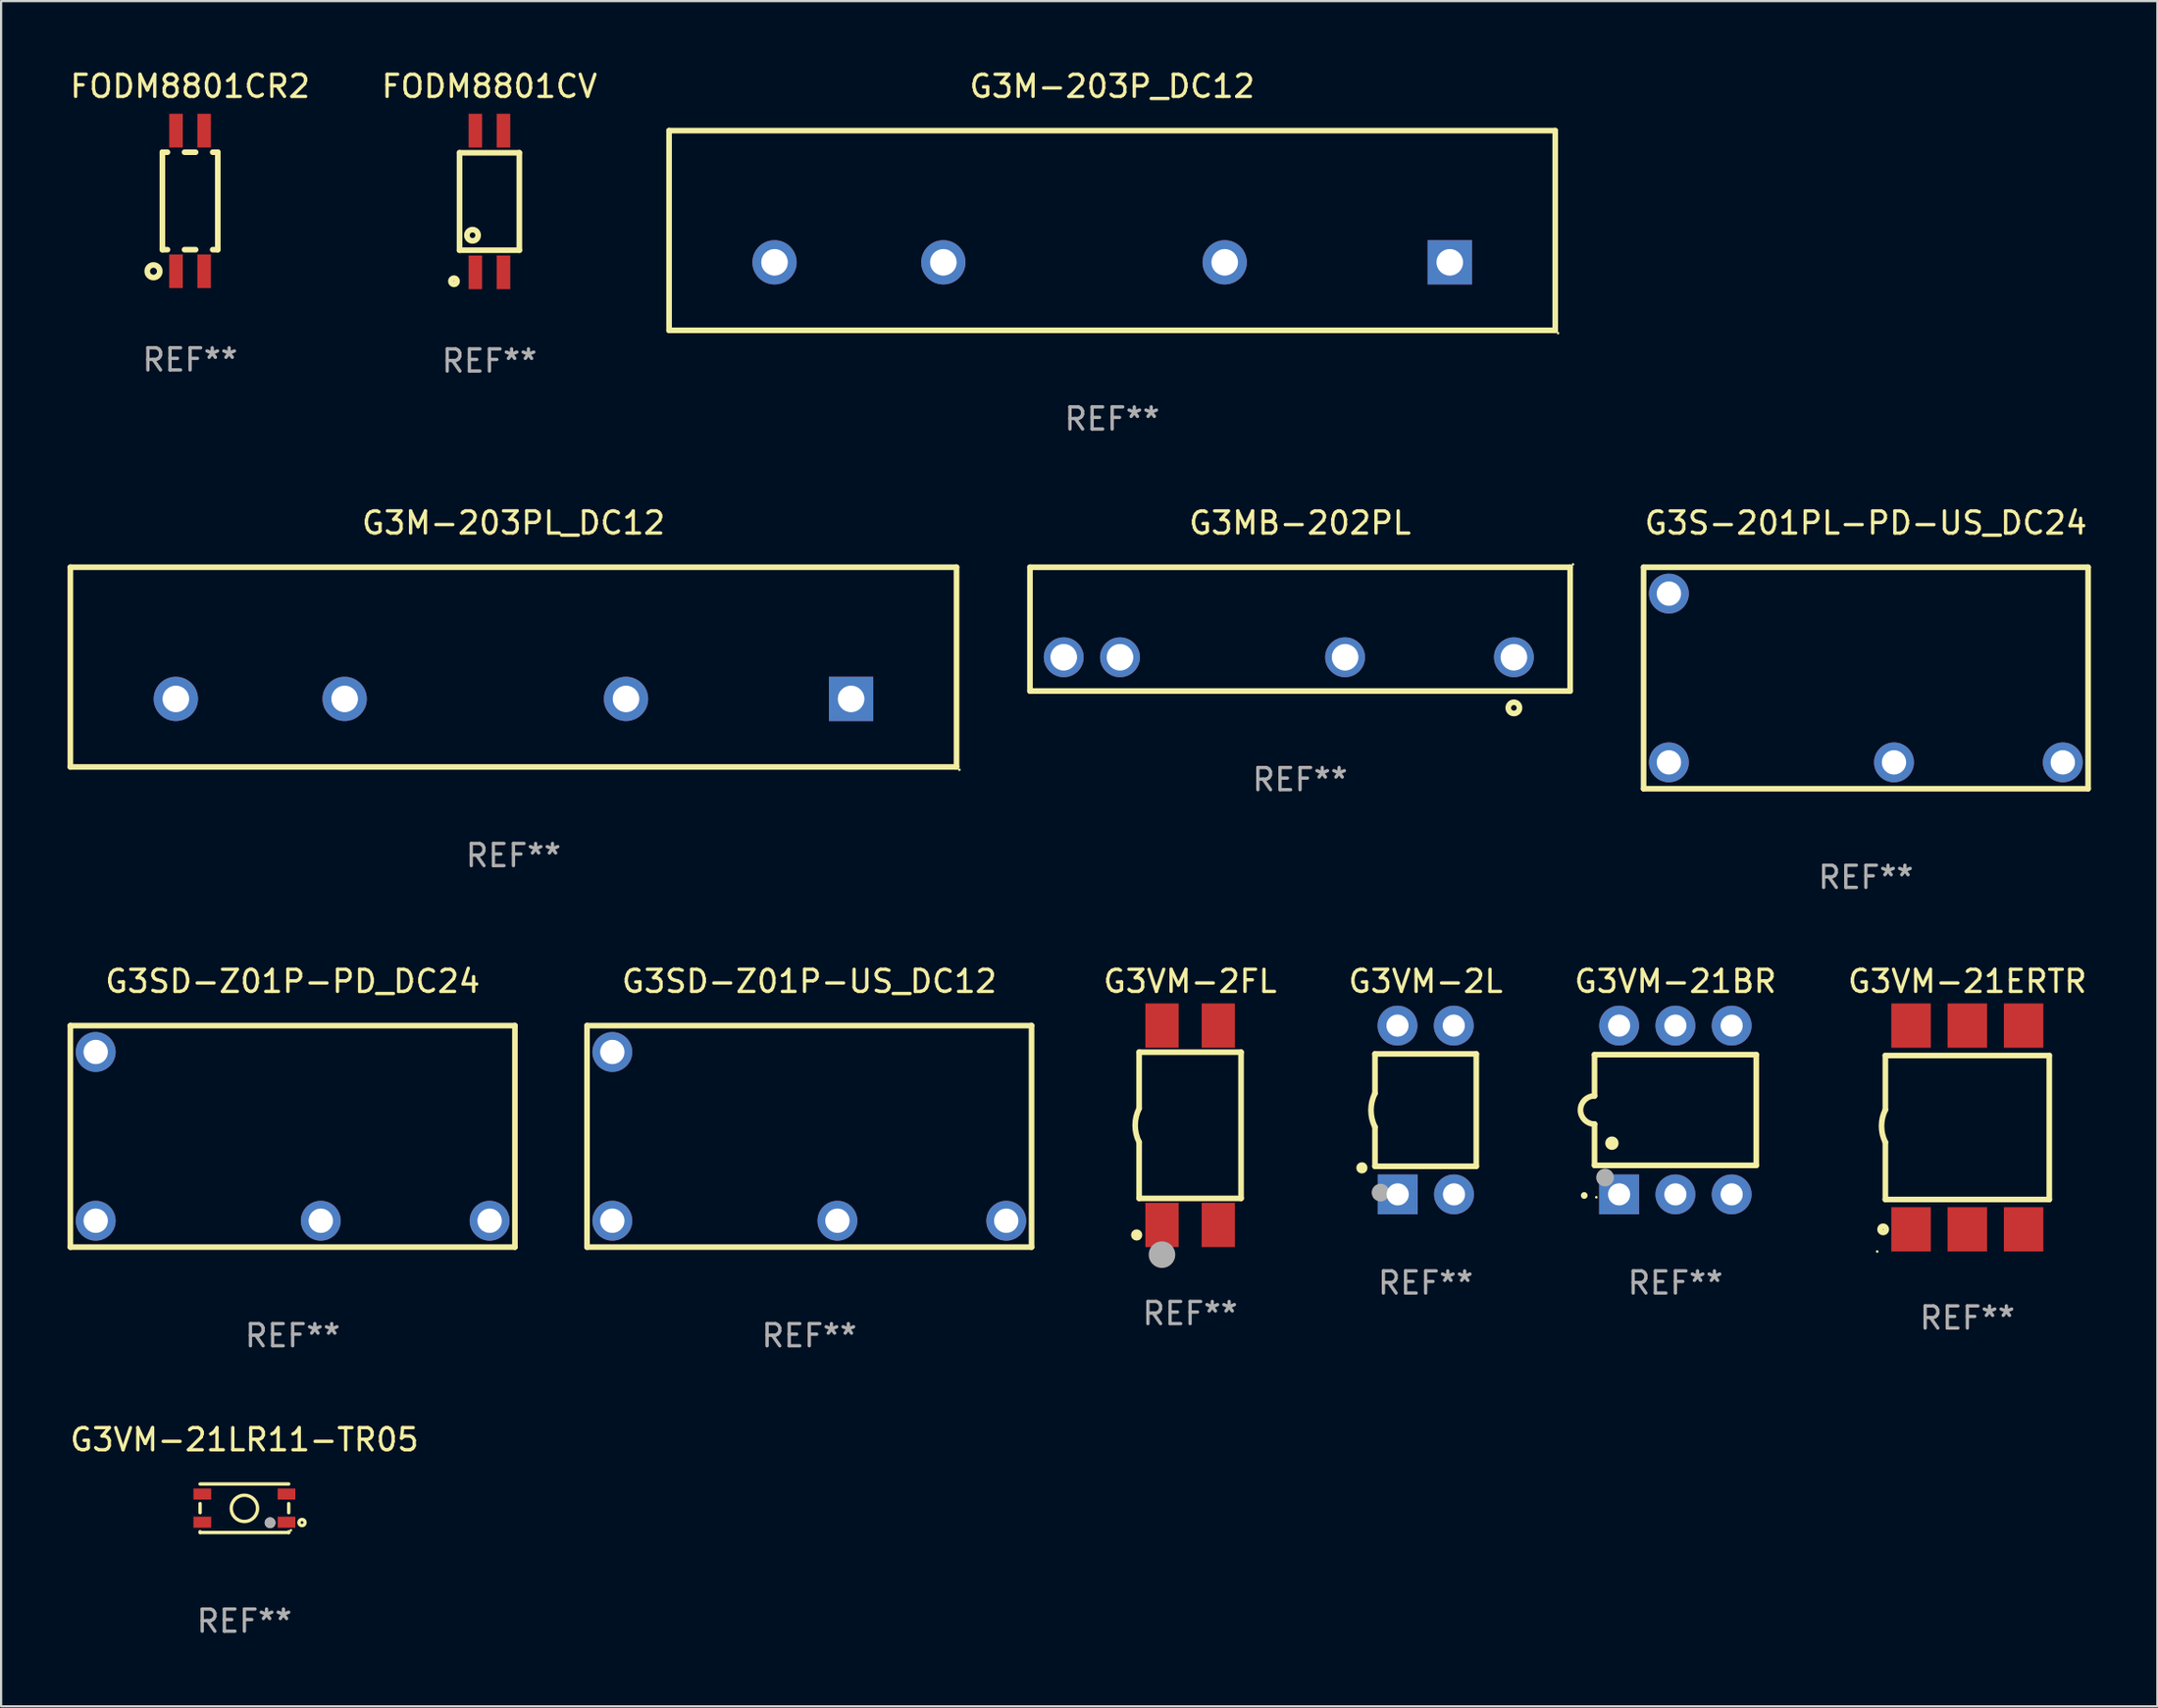
<source format=kicad_pcb>
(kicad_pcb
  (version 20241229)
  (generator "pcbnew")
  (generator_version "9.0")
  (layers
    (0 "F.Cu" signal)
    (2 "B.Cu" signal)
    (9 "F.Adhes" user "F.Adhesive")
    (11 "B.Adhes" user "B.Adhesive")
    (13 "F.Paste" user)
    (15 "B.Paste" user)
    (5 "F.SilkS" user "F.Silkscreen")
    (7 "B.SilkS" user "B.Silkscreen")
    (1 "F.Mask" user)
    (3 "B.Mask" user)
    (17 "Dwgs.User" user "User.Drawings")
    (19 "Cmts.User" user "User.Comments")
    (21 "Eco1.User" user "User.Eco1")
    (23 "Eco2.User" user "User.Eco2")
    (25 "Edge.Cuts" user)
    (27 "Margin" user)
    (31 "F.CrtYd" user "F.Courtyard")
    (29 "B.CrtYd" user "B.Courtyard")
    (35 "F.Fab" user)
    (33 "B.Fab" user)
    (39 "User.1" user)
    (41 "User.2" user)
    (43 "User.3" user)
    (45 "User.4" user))
  (footprint "G3VM-21LR11-TR05"
    (layer "F.Cu")
    (at 7.982 65.05)
    (property "Reference" "G3VM-21LR11-TR05" (at 0 -3.095 0) (layer "F.SilkS") (effects (font (size 1 1) (thickness 0.15))))
    (attr through_hole)
    (fp_line (start -2 -1.095) (end 2 -1.095) (stroke (width 0.152) (type solid)) (layer "F.SilkS"))
    (fp_line (start -2 -0.21) (end -2 0.2) (stroke (width 0.152) (type solid)) (layer "F.SilkS"))
    (fp_line (start -2 1.06) (end -2 1.095) (stroke (width 0.152) (type solid)) (layer "F.SilkS"))
    (fp_line (start -2 1.095) (end 2 1.095) (stroke (width 0.152) (type solid)) (layer "F.SilkS"))
    (fp_line (start 2 -0.21) (end 2 0.2) (stroke (width 0.152) (type solid)) (layer "F.SilkS"))
    (fp_line (start 2 1.06) (end 2 1.095) (stroke (width 0.152) (type solid)) (layer "F.SilkS"))
    (fp_circle (center 0 0.005) (end 0.594 0.005) (stroke (width 0.152) (type solid)) (fill no) (layer "F.SilkS"))
    (fp_circle (center 1.16 0.655) (end 1.324 0.655) (stroke (width 0.152) (type solid)) (fill no) (layer "F.SilkS"))
    (fp_circle (center 2.1 0.995) (end 2.13 0.995) (stroke (width 0.06) (type solid)) (fill no) (layer "F.SilkS"))
    (fp_circle (center 2.6 0.645) (end 2.663 0.645) (stroke (width 0.152) (type solid)) (fill no) (layer "F.SilkS"))
    (fp_circle (center 1.16 0.655) (end 1.285 0.655) (stroke (width 0.25) (type solid)) (fill no) (layer "F.Fab"))
    (fp_text user "REF**" (at 0 5.095 0) (layer "F.Fab") (effects (font (size 1 1) (thickness 0.15))))
    (pad "1" smd rect (at 1.9 0.63 90) (size 0.5 0.8) (layers "F.Cu" "F.Mask" "F.Paste"))
    (pad "2" smd rect (at 1.9 -0.64 90) (size 0.5 0.8) (layers "F.Cu" "F.Mask" "F.Paste"))
    (pad "3" smd rect (at -1.9 -0.64 90) (size 0.5 0.8) (layers "F.Cu" "F.Mask" "F.Paste"))
    (pad "4" smd rect (at -1.9 0.63 90) (size 0.5 0.8) (layers "F.Cu" "F.Mask" "F.Paste")))
  (footprint "G3VM-2FL"
    (layer "F.Cu")
    (at 50.67 47.758)
    (property "Reference" "G3VM-2FL" (at 0 -6.5 0) (layer "F.SilkS") (effects (font (size 1 1) (thickness 0.15))))
    (attr through_hole)
    (fp_line (start -2.3 -3.3) (end -2.3 -0.762) (stroke (width 0.254) (type solid)) (layer "F.SilkS"))
    (fp_line (start -2.3 -3.3) (end 2.3 -3.3) (stroke (width 0.254) (type solid)) (layer "F.SilkS"))
    (fp_line (start -2.3 3.3) (end -2.3 0.762) (stroke (width 0.254) (type solid)) (layer "F.SilkS"))
    (fp_line (start 2.3 -3.3) (end 2.3 3.3) (stroke (width 0.254) (type solid)) (layer "F.SilkS"))
    (fp_line (start 2.3 3.3) (end -2.3 3.3) (stroke (width 0.254) (type solid)) (layer "F.SilkS"))
    (fp_arc (start -2.301245 0.762001) (mid -2.480712 -0.000145) (end -2.300025 -0.762002) (stroke (width 0.254001) (type solid)) (layer "F.SilkS"))
    (fp_circle (center -2.413 4.953) (end -2.286 4.953) (stroke (width 0.254) (type solid)) (fill no) (layer "F.SilkS"))
    (fp_circle (center -2.3 5.08) (end -2.27 5.08) (stroke (width 0.06) (type solid)) (fill no) (layer "F.SilkS"))
    (fp_circle (center -1.27 5.842) (end -0.97 5.842) (stroke (width 0.6) (type solid)) (fill no) (layer "F.Fab"))
    (fp_text user "REF**" (at 0 8.5 0) (layer "F.Fab") (effects (font (size 1 1) (thickness 0.15))))
    (pad "1" smd rect (at -1.27 4.5 180) (size 1.5 2) (layers "F.Cu" "F.Mask" "F.Paste"))
    (pad "2" smd rect (at 1.27 4.5 180) (size 1.5 2) (layers "F.Cu" "F.Mask" "F.Paste"))
    (pad "3" smd rect (at 1.27 -4.5 180) (size 1.5 2) (layers "F.Cu" "F.Mask" "F.Paste"))
    (pad "4" smd rect (at -1.27 -4.5 180) (size 1.5 2) (layers "F.Cu" "F.Mask" "F.Paste")))
  (footprint "G3S-201PL-PD-US_DC24"
    (layer "F.Cu")
    (at 81.172 27.562)
    (property "Reference" "G3S-201PL-PD-US_DC24" (at 0 -7 0) (layer "F.SilkS") (effects (font (size 1 1) (thickness 0.15))))
    (attr through_hole)
    (fp_line (start -10.033 -5) (end -10.033 5) (stroke (width 0.254) (type solid)) (layer "F.SilkS"))
    (fp_line (start -10.033 -5) (end 10.033 -5) (stroke (width 0.254) (type solid)) (layer "F.SilkS"))
    (fp_line (start -10.033 5) (end 10.033 5) (stroke (width 0.254) (type solid)) (layer "F.SilkS"))
    (fp_line (start 10.033 -5) (end 10.033 5) (stroke (width 0.254) (type solid)) (layer "F.SilkS"))
    (fp_text user "REF**" (at 0 9 0) (layer "F.Fab") (effects (font (size 1 1) (thickness 0.15))))
    (pad "1" thru_hole circle (at -8.89 3.81) (size 1.8 1.8) (drill 1.1) (layers "*.Cu" "*.Mask"))
    (pad "3" thru_hole circle (at 1.27 3.81) (size 1.8 1.8) (drill 1.1) (layers "*.Cu" "*.Mask"))
    (pad "4" thru_hole circle (at 8.89 3.81) (size 1.8 1.8) (drill 1.1) (layers "*.Cu" "*.Mask"))
    (pad "6" thru_hole circle (at -8.89 -3.81) (size 1.8 1.8) (drill 1.1) (layers "*.Cu" "*.Mask")))
  (footprint "G3VM-21BR"
    (layer "F.Cu")
    (at 72.575 47.068)
    (property "Reference" "G3VM-21BR" (at 0 -5.81 0) (layer "F.SilkS") (effects (font (size 1 1) (thickness 0.15))))
    (attr through_hole)
    (fp_line (start -3.65 -2.5) (end 3.65 -2.5) (stroke (width 0.254) (type solid)) (layer "F.SilkS"))
    (fp_line (start -3.65 -0.635) (end -3.65 -2.5) (stroke (width 0.254) (type solid)) (layer "F.SilkS"))
    (fp_line (start -3.65 0.635) (end -3.65 2.5) (stroke (width 0.254) (type solid)) (layer "F.SilkS"))
    (fp_line (start -3.65 2.5) (end 3.65 2.5) (stroke (width 0.254) (type solid)) (layer "F.SilkS"))
    (fp_line (start 3.65 -2.5) (end 3.65 2.5) (stroke (width 0.254) (type solid)) (layer "F.SilkS"))
    (fp_arc (start -4.114808 3.860808) (mid -4.114813 3.859538) (end -4.114808 3.858268) (stroke (width 0.3) (type solid)) (layer "F.SilkS"))
    (fp_arc (start -3.650013 0.635001) (mid -4.285014 0) (end -3.650013 -0.635001) (stroke (width 0.254001) (type solid)) (layer "F.SilkS"))
    (fp_arc (start -2.865405 1.501143) (mid -2.865416 1.498603) (end -2.865405 1.496063) (stroke (width 0.6) (type solid)) (layer "F.SilkS"))
    (fp_circle (center -3.57 3.94) (end -3.54 3.94) (stroke (width 0.06) (type solid)) (fill no) (layer "F.SilkS"))
    (fp_circle (center -3.175 3.048) (end -2.975 3.048) (stroke (width 0.4) (type solid)) (fill no) (layer "F.Fab"))
    (fp_text user "REF**" (at 0 7.81 0) (layer "F.Fab") (effects (font (size 1 1) (thickness 0.15))))
    (pad "1" thru_hole rect (at -2.54 3.81 90) (size 1.8 1.8) (drill 1) (layers "*.Cu" "*.Mask"))
    (pad "2" thru_hole circle (at 0 3.81) (size 1.8 1.8) (drill 1) (layers "*.Cu" "*.Mask"))
    (pad "3" thru_hole circle (at 2.54 3.81) (size 1.8 1.8) (drill 1) (layers "*.Cu" "*.Mask"))
    (pad "4" thru_hole circle (at 2.54 -3.81) (size 1.8 1.8) (drill 1) (layers "*.Cu" "*.Mask"))
    (pad "5" thru_hole circle (at 0 -3.81) (size 1.8 1.8) (drill 1) (layers "*.Cu" "*.Mask"))
    (pad "6" thru_hole circle (at -2.54 -3.81) (size 1.8 1.8) (drill 1) (layers "*.Cu" "*.Mask")))
  (footprint "G3M-203P_DC12"
    (layer "F.Cu")
    (at 47.151 7.357)
    (property "Reference" "G3M-203P_DC12" (at 0 -6.509 0) (layer "F.SilkS") (effects (font (size 1 1) (thickness 0.15))))
    (attr through_hole)
    (fp_line (start -20 -4.509) (end -20 4.509) (stroke (width 0.254) (type solid)) (layer "F.SilkS"))
    (fp_line (start 20 -4.509) (end -20 -4.509) (stroke (width 0.254) (type solid)) (layer "F.SilkS"))
    (fp_line (start 20 -4.509) (end 20 4.509) (stroke (width 0.254) (type solid)) (layer "F.SilkS"))
    (fp_line (start 20 4.509) (end -20 4.509) (stroke (width 0.254) (type solid)) (layer "F.SilkS"))
    (fp_circle (center 20.127 4.636) (end 20.157 4.636) (stroke (width 0.06) (type solid)) (fill no) (layer "F.SilkS"))
    (fp_text user "REF**" (at 0 8.509 0) (layer "F.Fab") (effects (font (size 1 1) (thickness 0.15))))
    (pad "1" thru_hole rect (at 15.24 1.437) (size 2 2) (drill 1.2) (layers "*.Cu" "*.Mask"))
    (pad "2" thru_hole circle (at 5.08 1.437) (size 2 2) (drill 1.2) (layers "*.Cu" "*.Mask"))
    (pad "3" thru_hole circle (at -7.62 1.437) (size 2 2) (drill 1.2) (layers "*.Cu" "*.Mask"))
    (pad "4" thru_hole circle (at -15.24 1.437) (size 2 2) (drill 1.2) (layers "*.Cu" "*.Mask")))
  (footprint "G3SD-Z01P-US_DC12"
    (layer "F.Cu")
    (at 33.48 48.258)
    (property "Reference" "G3SD-Z01P-US_DC12" (at 0 -7 0) (layer "F.SilkS") (effects (font (size 1 1) (thickness 0.15))))
    (attr through_hole)
    (fp_line (start -10.033 -5) (end -10.033 5) (stroke (width 0.254) (type solid)) (layer "F.SilkS"))
    (fp_line (start -10.033 -5) (end 10.033 -5) (stroke (width 0.254) (type solid)) (layer "F.SilkS"))
    (fp_line (start -10.033 5) (end 10.033 5) (stroke (width 0.254) (type solid)) (layer "F.SilkS"))
    (fp_line (start 10.033 -5) (end 10.033 5) (stroke (width 0.254) (type solid)) (layer "F.SilkS"))
    (fp_text user "REF**" (at 0 9 0) (layer "F.Fab") (effects (font (size 1 1) (thickness 0.15))))
    (pad "1" thru_hole circle (at -8.89 3.81) (size 1.8 1.8) (drill 1.1) (layers "*.Cu" "*.Mask"))
    (pad "3" thru_hole circle (at 1.27 3.81) (size 1.8 1.8) (drill 1.1) (layers "*.Cu" "*.Mask"))
    (pad "4" thru_hole circle (at 8.89 3.81) (size 1.8 1.8) (drill 1.1) (layers "*.Cu" "*.Mask"))
    (pad "6" thru_hole circle (at -8.89 -3.81) (size 1.8 1.8) (drill 1.1) (layers "*.Cu" "*.Mask")))
  (footprint "G3MB-202PL"
    (layer "F.Cu")
    (at 55.633 25.356)
    (property "Reference" "G3MB-202PL" (at 0 -4.794 0) (layer "F.SilkS") (effects (font (size 1 1) (thickness 0.15))))
    (attr through_hole)
    (fp_line (start -12.192 -2.794) (end 12.192 -2.794) (stroke (width 0.254) (type solid)) (layer "F.SilkS"))
    (fp_line (start -12.192 2.794) (end -12.192 -2.794) (stroke (width 0.254) (type solid)) (layer "F.SilkS"))
    (fp_line (start 12.192 -2.794) (end 12.192 2.794) (stroke (width 0.254) (type solid)) (layer "F.SilkS"))
    (fp_line (start 12.192 2.794) (end -12.192 2.794) (stroke (width 0.254) (type solid)) (layer "F.SilkS"))
    (fp_circle (center 9.652 3.556) (end 9.906 3.556) (stroke (width 0.254) (type solid)) (fill no) (layer "F.SilkS"))
    (fp_circle (center 12.319 -2.921) (end 12.349 -2.921) (stroke (width 0.06) (type solid)) (fill no) (layer "F.SilkS"))
    (fp_text user "REF**" (at 0 6.794 0) (layer "F.Fab") (effects (font (size 1 1) (thickness 0.15))))
    (pad "1" thru_hole circle (at 9.652 1.27) (size 1.8 1.8) (drill 1.2) (layers "*.Cu" "*.Mask"))
    (pad "2" thru_hole circle (at 2.032 1.27) (size 1.8 1.8) (drill 1.2) (layers "*.Cu" "*.Mask"))
    (pad "3" thru_hole circle (at -8.128 1.27) (size 1.8 1.8) (drill 1.2) (layers "*.Cu" "*.Mask"))
    (pad "4" thru_hole circle (at -10.668 1.27) (size 1.8 1.8) (drill 1.2) (layers "*.Cu" "*.Mask")))
  (footprint "G3VM-21ERTR"
    (layer "F.Cu")
    (at 85.753 47.858)
    (property "Reference" "G3VM-21ERTR" (at 0 -6.6 0) (layer "F.SilkS") (effects (font (size 1 1) (thickness 0.15))))
    (attr through_hole)
    (fp_line (start -3.7 -3.25) (end -3.7 -0.8) (stroke (width 0.254) (type solid)) (layer "F.SilkS"))
    (fp_line (start -3.7 -3.25) (end 3.7 -3.25) (stroke (width 0.254) (type solid)) (layer "F.SilkS"))
    (fp_line (start -3.7 3.25) (end -3.7 0.669) (stroke (width 0.254) (type solid)) (layer "F.SilkS"))
    (fp_line (start 3.7 -3.25) (end 3.7 3.25) (stroke (width 0.254) (type solid)) (layer "F.SilkS"))
    (fp_line (start 3.7 3.25) (end -3.7 3.25) (stroke (width 0.254) (type solid)) (layer "F.SilkS"))
    (fp_arc (start -3.700787 0.668021) (mid -3.873795 -0.066082) (end -3.7 -0.8) (stroke (width 0.254001) (type solid)) (layer "F.SilkS"))
    (fp_circle (center -4.068 5.6) (end -4.038 5.6) (stroke (width 0.06) (type solid)) (fill no) (layer "F.SilkS"))
    (fp_circle (center -3.8 4.6) (end -3.658 4.6) (stroke (width 0.254) (type solid)) (fill no) (layer "F.SilkS"))
    (fp_text user "REF**" (at 0 8.6 0) (layer "F.Fab") (effects (font (size 1 1) (thickness 0.15))))
    (pad "1" smd rect (at -2.54 4.6) (size 1.78 2) (layers "F.Cu" "F.Mask" "F.Paste"))
    (pad "2" smd rect (at 0 4.6) (size 1.78 2) (layers "F.Cu" "F.Mask" "F.Paste"))
    (pad "3" smd rect (at 2.54 4.6) (size 1.78 2) (layers "F.Cu" "F.Mask" "F.Paste"))
    (pad "4" smd rect (at 2.54 -4.6) (size 1.78 2) (layers "F.Cu" "F.Mask" "F.Paste"))
    (pad "5" smd rect (at 0 -4.6) (size 1.78 2) (layers "F.Cu" "F.Mask" "F.Paste"))
    (pad "6" smd rect (at -2.54 -4.6) (size 1.78 2) (layers "F.Cu" "F.Mask" "F.Paste")))
  (footprint "FODM8801CR2"
    (layer "F.Cu")
    (at 5.53 6.023)
    (property "Reference" "FODM8801CR2" (at 0 -5.175 0) (layer "F.SilkS") (effects (font (size 1 1) (thickness 0.15))))
    (attr through_hole)
    (fp_line (start -1.25 2.2) (end -1.25 -2.2) (stroke (width 0.254) (type solid)) (layer "F.SilkS"))
    (fp_line (start -1.02 -2.2) (end -1.25 -2.2) (stroke (width 0.254) (type solid)) (layer "F.SilkS"))
    (fp_line (start -1.02 2.2) (end -1.25 2.2) (stroke (width 0.254) (type solid)) (layer "F.SilkS"))
    (fp_line (start 0.25 -2.2) (end -0.25 -2.2) (stroke (width 0.254) (type solid)) (layer "F.SilkS"))
    (fp_line (start 0.25 2.2) (end -0.25 2.2) (stroke (width 0.254) (type solid)) (layer "F.SilkS"))
    (fp_line (start 1.25 -2.2) (end 1.02 -2.2) (stroke (width 0.254) (type solid)) (layer "F.SilkS"))
    (fp_line (start 1.25 -2.2) (end 1.25 2.2) (stroke (width 0.254) (type solid)) (layer "F.SilkS"))
    (fp_line (start 1.25 2.2) (end 1.02 2.2) (stroke (width 0.254) (type solid)) (layer "F.SilkS"))
    (fp_circle (center -1.651 3.175) (end -1.367 3.175) (stroke (width 0.254) (type solid)) (fill no) (layer "F.SilkS"))
    (fp_text user "REF**" (at 0 7.175 0) (layer "F.Fab") (effects (font (size 1 1) (thickness 0.15))))
    (pad "1" smd rect (at -0.635 3.175) (size 0.61 1.52) (layers "F.Cu" "F.Mask" "F.Paste"))
    (pad "2" smd rect (at 0.635 3.175) (size 0.61 1.52) (layers "F.Cu" "F.Mask" "F.Paste"))
    (pad "3" smd rect (at 0.635 -3.175) (size 0.61 1.52) (layers "F.Cu" "F.Mask" "F.Paste"))
    (pad "4" smd rect (at -0.635 -3.175) (size 0.61 1.52) (layers "F.Cu" "F.Mask" "F.Paste")))
  (footprint "G3M-203PL_DC12"
    (layer "F.Cu")
    (at 20.127 27.07)
    (property "Reference" "G3M-203PL_DC12" (at 0 -6.509 0) (layer "F.SilkS") (effects (font (size 1 1) (thickness 0.15))))
    (attr through_hole)
    (fp_line (start -20 -4.509) (end -20 4.509) (stroke (width 0.254) (type solid)) (layer "F.SilkS"))
    (fp_line (start 20 -4.509) (end -20 -4.509) (stroke (width 0.254) (type solid)) (layer "F.SilkS"))
    (fp_line (start 20 -4.509) (end 20 4.509) (stroke (width 0.254) (type solid)) (layer "F.SilkS"))
    (fp_line (start 20 4.509) (end -20 4.509) (stroke (width 0.254) (type solid)) (layer "F.SilkS"))
    (fp_circle (center 20.127 4.636) (end 20.157 4.636) (stroke (width 0.06) (type solid)) (fill no) (layer "F.SilkS"))
    (fp_text user "REF**" (at 0 8.509 0) (layer "F.Fab") (effects (font (size 1 1) (thickness 0.15))))
    (pad "1" thru_hole rect (at 15.24 1.437) (size 2 2) (drill 1.2) (layers "*.Cu" "*.Mask"))
    (pad "2" thru_hole circle (at 5.08 1.437) (size 2 2) (drill 1.2) (layers "*.Cu" "*.Mask"))
    (pad "3" thru_hole circle (at -7.62 1.437) (size 2 2) (drill 1.2) (layers "*.Cu" "*.Mask"))
    (pad "4" thru_hole circle (at -15.24 1.437) (size 2 2) (drill 1.2) (layers "*.Cu" "*.Mask")))
  (footprint "FODM8801CV"
    (layer "F.Cu")
    (at 19.042 6.048)
    (property "Reference" "FODM8801CV" (at 0 -5.2 0) (layer "F.SilkS") (effects (font (size 1 1) (thickness 0.15))))
    (attr through_hole)
    (fp_line (start -1.35 -2.2) (end 1.35 -2.2) (stroke (width 0.254) (type solid)) (layer "F.SilkS"))
    (fp_line (start -1.35 2.2) (end -1.35 -2.2) (stroke (width 0.254) (type solid)) (layer "F.SilkS"))
    (fp_line (start 1.35 -2.2) (end 1.35 2.2) (stroke (width 0.254) (type solid)) (layer "F.SilkS"))
    (fp_line (start 1.35 2.2) (end -1.35 2.2) (stroke (width 0.254) (type solid)) (layer "F.SilkS"))
    (fp_circle (center -1.6 3.6) (end -1.459 3.6) (stroke (width 0.254) (type solid)) (fill no) (layer "F.SilkS"))
    (fp_circle (center -0.762 1.524) (end -0.508 1.524) (stroke (width 0.254) (type solid)) (fill no) (layer "F.SilkS"))
    (fp_text user "REF**" (at 0 7.2 0) (layer "F.Fab") (effects (font (size 1 1) (thickness 0.15))))
    (pad "1" smd rect (at -0.635 3.2 90) (size 1.52 0.61) (layers "F.Cu" "F.Mask" "F.Paste"))
    (pad "2" smd rect (at 0.635 3.2 90) (size 1.52 0.61) (layers "F.Cu" "F.Mask" "F.Paste"))
    (pad "3" smd rect (at 0.635 -3.2 270) (size 1.52 0.61) (layers "F.Cu" "F.Mask" "F.Paste"))
    (pad "4" smd rect (at -0.635 -3.2 270) (size 1.52 0.61) (layers "F.Cu" "F.Mask" "F.Paste")))
  (footprint "G3VM-2L"
    (layer "F.Cu")
    (at 61.301 47.068)
    (property "Reference" "G3VM-2L" (at 0 -5.81 0) (layer "F.SilkS") (effects (font (size 1 1) (thickness 0.15))))
    (attr through_hole)
    (fp_line (start -2.286 -2.532) (end -2.286 -0.754) (stroke (width 0.254) (type solid)) (layer "F.SilkS"))
    (fp_line (start -2.286 -2.532) (end 2.286 -2.532) (stroke (width 0.254) (type solid)) (layer "F.SilkS"))
    (fp_line (start -2.286 0.77) (end -2.286 2.542) (stroke (width 0.254) (type solid)) (layer "F.SilkS"))
    (fp_line (start -2.286 2.542) (end 2.286 2.542) (stroke (width 0.254) (type solid)) (layer "F.SilkS"))
    (fp_line (start 2.286 -2.532) (end 2.286 2.542) (stroke (width 0.254) (type solid)) (layer "F.SilkS"))
    (fp_arc (start -2.286005 0.769952) (mid -2.465889 0.00795) (end -2.286005 -0.754051) (stroke (width 0.254001) (type solid)) (layer "F.SilkS"))
    (fp_circle (center -2.877 2.613) (end -2.75 2.613) (stroke (width 0.254) (type solid)) (fill no) (layer "F.SilkS"))
    (fp_circle (center -2.29 3.935) (end -2.26 3.935) (stroke (width 0.06) (type solid)) (fill no) (layer "F.SilkS"))
    (fp_circle (center -2.035 3.73) (end -1.835 3.73) (stroke (width 0.4) (type solid)) (fill no) (layer "F.Fab"))
    (fp_text user "REF**" (at 0 7.81 0) (layer "F.Fab") (effects (font (size 1 1) (thickness 0.15))))
    (pad "1" thru_hole rect (at -1.26 3.81 180) (size 1.8 1.8) (drill 1) (layers "*.Cu" "*.Mask"))
    (pad "2" thru_hole circle (at 1.28 3.81) (size 1.8 1.8) (drill 1) (layers "*.Cu" "*.Mask"))
    (pad "3" thru_hole circle (at 1.27 -3.81) (size 1.8 1.8) (drill 1) (layers "*.Cu" "*.Mask"))
    (pad "4" thru_hole circle (at -1.27 -3.81) (size 1.8 1.8) (drill 1) (layers "*.Cu" "*.Mask")))
  (footprint "G3SD-Z01P-PD_DC24"
    (layer "F.Cu")
    (at 10.16 48.258)
    (property "Reference" "G3SD-Z01P-PD_DC24" (at 0 -7 0) (layer "F.SilkS") (effects (font (size 1 1) (thickness 0.15))))
    (attr through_hole)
    (fp_line (start -10.033 -5) (end -10.033 5) (stroke (width 0.254) (type solid)) (layer "F.SilkS"))
    (fp_line (start -10.033 -5) (end 10.033 -5) (stroke (width 0.254) (type solid)) (layer "F.SilkS"))
    (fp_line (start -10.033 5) (end 10.033 5) (stroke (width 0.254) (type solid)) (layer "F.SilkS"))
    (fp_line (start 10.033 -5) (end 10.033 5) (stroke (width 0.254) (type solid)) (layer "F.SilkS"))
    (fp_text user "REF**" (at 0 9 0) (layer "F.Fab") (effects (font (size 1 1) (thickness 0.15))))
    (pad "1" thru_hole circle (at -8.89 3.81) (size 1.8 1.8) (drill 1.1) (layers "*.Cu" "*.Mask"))
    (pad "3" thru_hole circle (at 1.27 3.81) (size 1.8 1.8) (drill 1.1) (layers "*.Cu" "*.Mask"))
    (pad "4" thru_hole circle (at 8.89 3.81) (size 1.8 1.8) (drill 1.1) (layers "*.Cu" "*.Mask"))
    (pad "6" thru_hole circle (at -8.89 -3.81) (size 1.8 1.8) (drill 1.1) (layers "*.Cu" "*.Mask")))
  (gr_rect
    (start -3 -3)
    (end 94.332 73.993)
    (stroke (width 0.1) (type default))
    (fill no)
    (layer "Edge.Cuts")))
</source>
